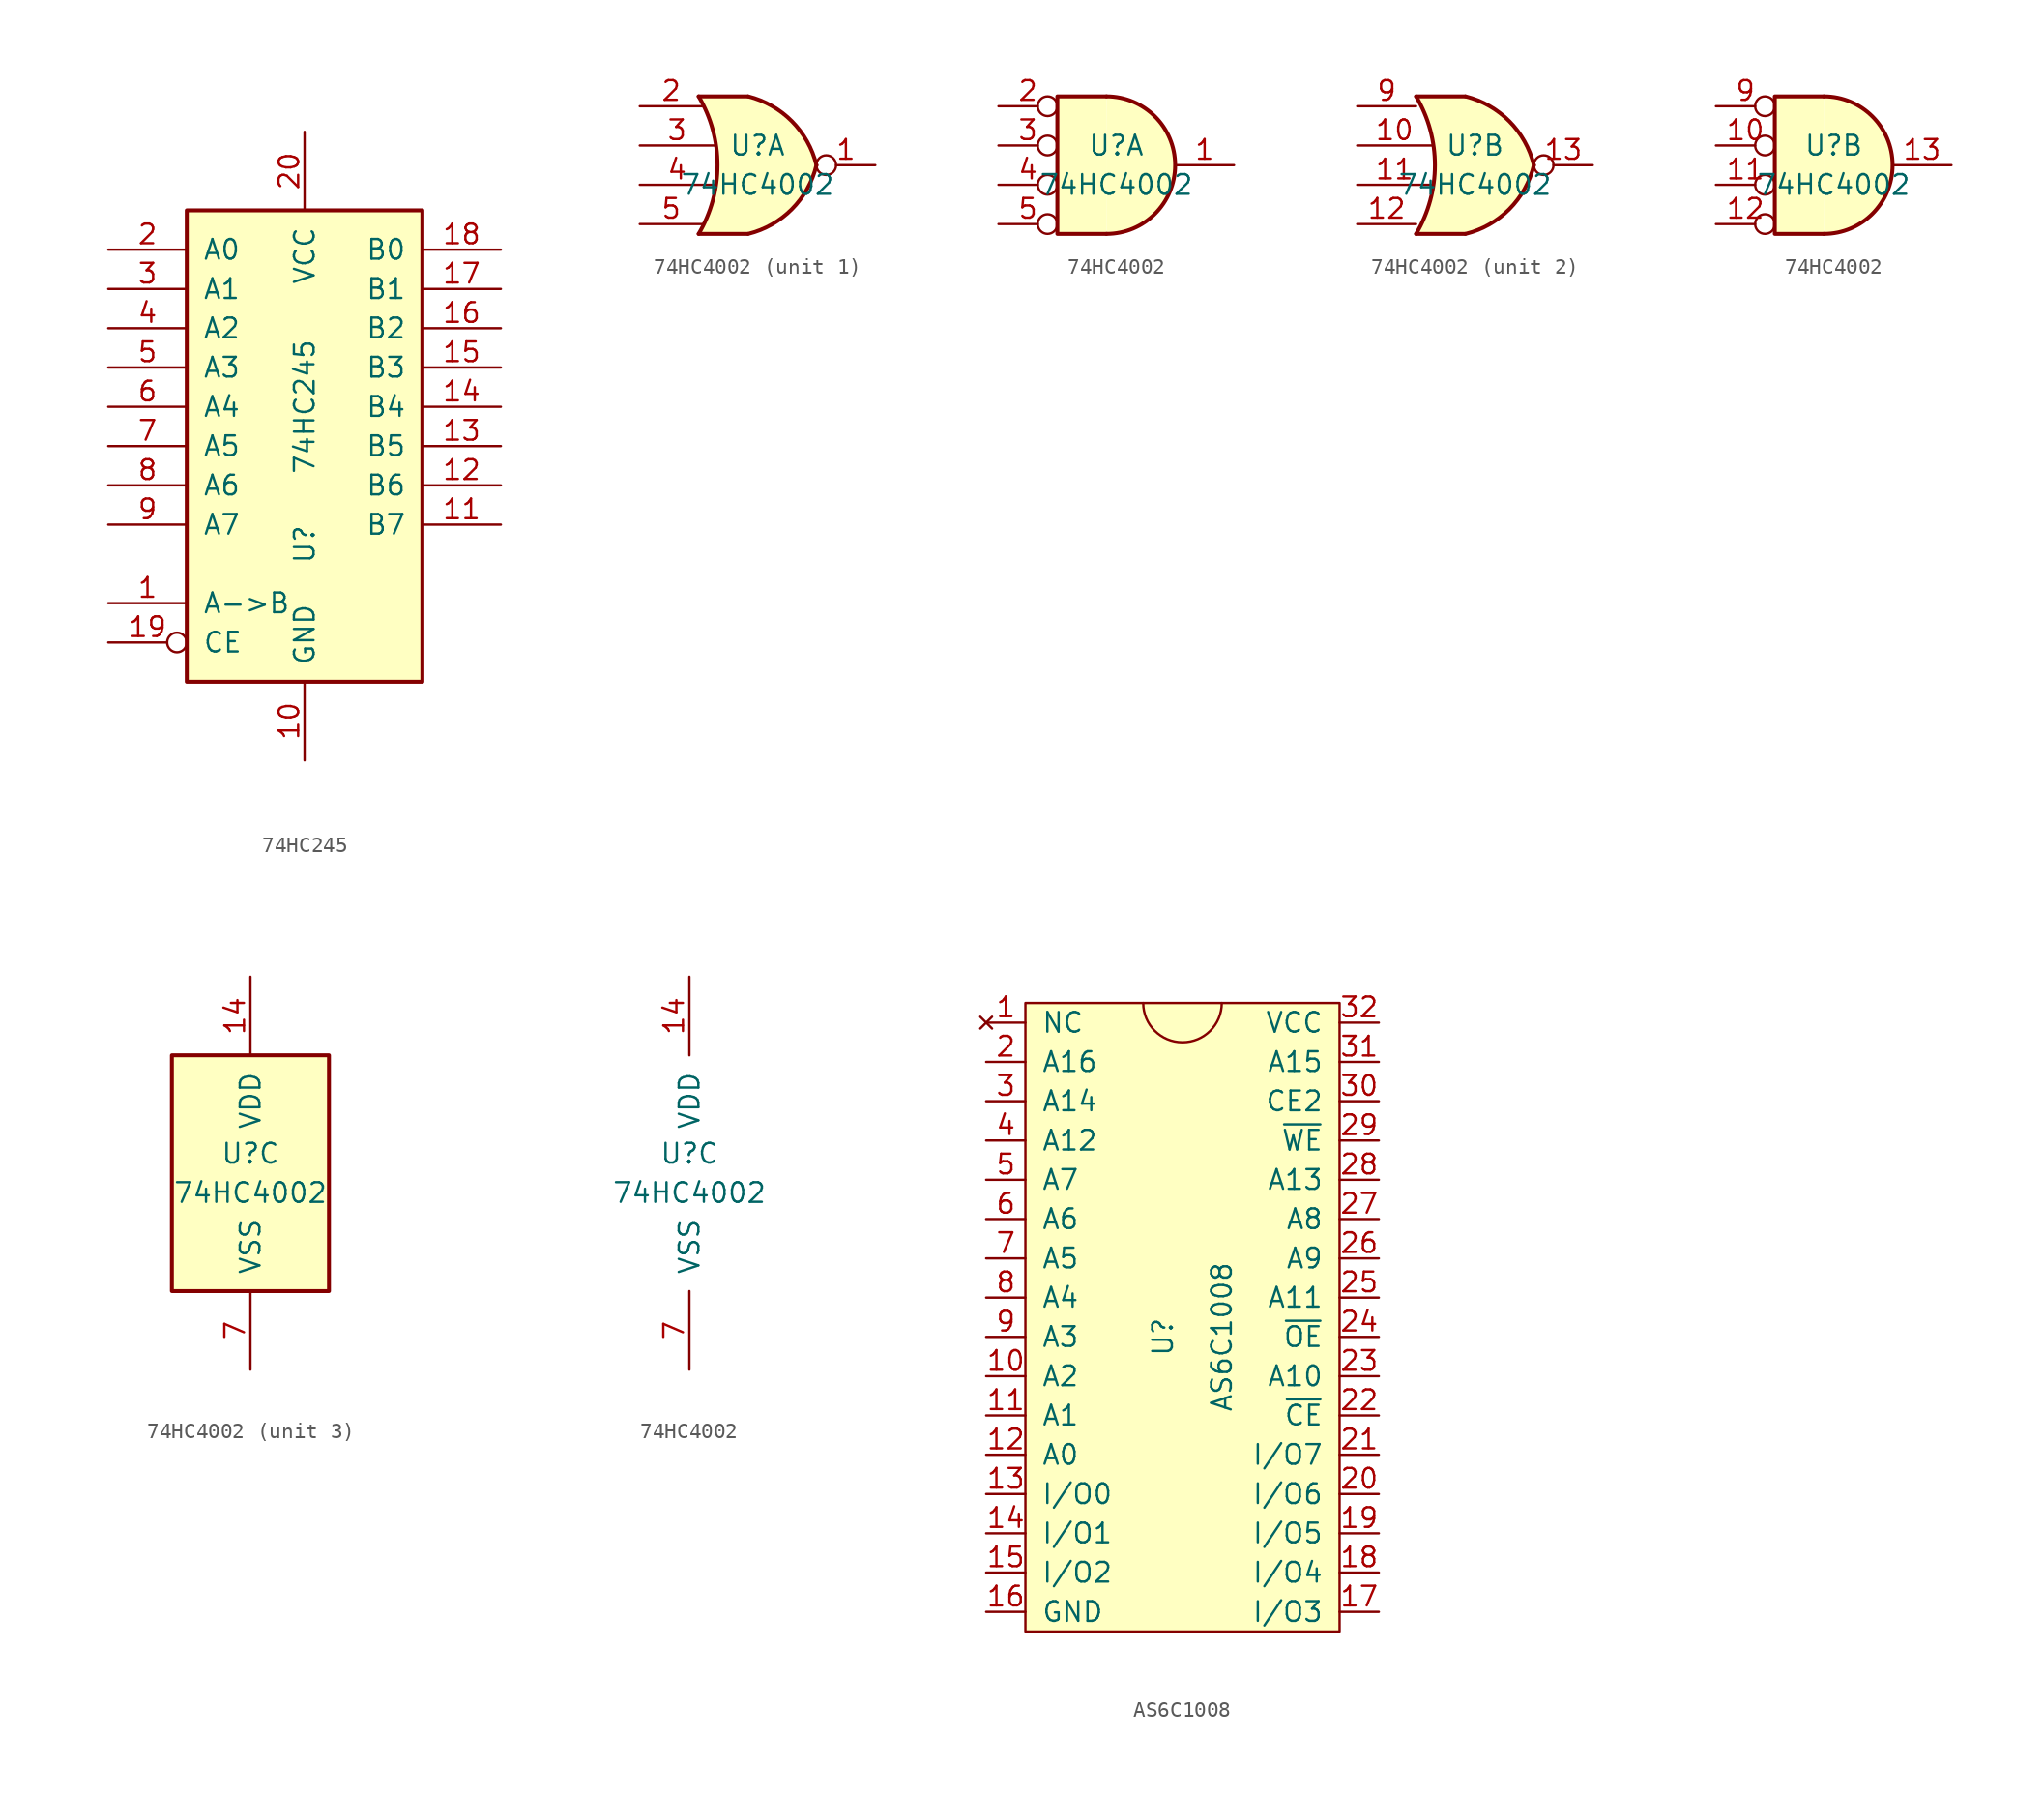
<source format=kicad_sym>
(kicad_symbol_lib
  (version 20211014)
  (generator kicad_symbol_editor)
  (symbol "74HC245"
    (pin_names
      (offset 1.016))
    (property "Reference" "U"
      (at 0 -6.35 90)
      (effects (font (size 1.27 1.27))))
    (property "Value" "74HC245"
      (at 0 2.54 90)
      (effects (font (size 1.27 1.27))))
    (property "ki_locked" ""
      (at 0 0 0)
      (effects (font (size 1.27 1.27))))
    (symbol "74HC245_1_0"
      (pin input line (at -12.7 -10.16 0) (length 5.08) (name "A->B" (effects (font (size 1.27 1.27)))) (number "1" (effects (font (size 1.27 1.27)))))
      (pin power_in line (at 0 -20.32 90) (length 5.08) (name "GND" (effects (font (size 1.27 1.27)))) (number "10" (effects (font (size 1.27 1.27)))))
      (pin input line (at 12.7 -5.08 180) (length 5.08) (name "B7" (effects (font (size 1.27 1.27)))) (number "11" (effects (font (size 1.27 1.27)))))
      (pin input line (at 12.7 -2.54 180) (length 5.08) (name "B6" (effects (font (size 1.27 1.27)))) (number "12" (effects (font (size 1.27 1.27)))))
      (pin input line (at 12.7 0 180) (length 5.08) (name "B5" (effects (font (size 1.27 1.27)))) (number "13" (effects (font (size 1.27 1.27)))))
      (pin input line (at 12.7 2.54 180) (length 5.08) (name "B4" (effects (font (size 1.27 1.27)))) (number "14" (effects (font (size 1.27 1.27)))))
      (pin input line (at 12.7 5.08 180) (length 5.08) (name "B3" (effects (font (size 1.27 1.27)))) (number "15" (effects (font (size 1.27 1.27)))))
      (pin input line (at 12.7 7.62 180) (length 5.08) (name "B2" (effects (font (size 1.27 1.27)))) (number "16" (effects (font (size 1.27 1.27)))))
      (pin input line (at 12.7 10.16 180) (length 5.08) (name "B1" (effects (font (size 1.27 1.27)))) (number "17" (effects (font (size 1.27 1.27)))))
      (pin input line (at 12.7 12.7 180) (length 5.08) (name "B0" (effects (font (size 1.27 1.27)))) (number "18" (effects (font (size 1.27 1.27)))))
      (pin input inverted (at -12.7 -12.7 0) (length 5.08) (name "CE" (effects (font (size 1.27 1.27)))) (number "19" (effects (font (size 1.27 1.27)))))
      (pin tri_state line (at -12.7 12.7 0) (length 5.08) (name "A0" (effects (font (size 1.27 1.27)))) (number "2" (effects (font (size 1.27 1.27)))))
      (pin power_in line (at 0 20.32 270) (length 5.08) (name "VCC" (effects (font (size 1.27 1.27)))) (number "20" (effects (font (size 1.27 1.27)))))
      (pin tri_state line (at -12.7 10.16 0) (length 5.08) (name "A1" (effects (font (size 1.27 1.27)))) (number "3" (effects (font (size 1.27 1.27)))))
      (pin tri_state line (at -12.7 7.62 0) (length 5.08) (name "A2" (effects (font (size 1.27 1.27)))) (number "4" (effects (font (size 1.27 1.27)))))
      (pin tri_state line (at -12.7 5.08 0) (length 5.08) (name "A3" (effects (font (size 1.27 1.27)))) (number "5" (effects (font (size 1.27 1.27)))))
      (pin tri_state line (at -12.7 2.54 0) (length 5.08) (name "A4" (effects (font (size 1.27 1.27)))) (number "6" (effects (font (size 1.27 1.27)))))
      (pin tri_state line (at -12.7 0 0) (length 5.08) (name "A5" (effects (font (size 1.27 1.27)))) (number "7" (effects (font (size 1.27 1.27)))))
      (pin tri_state line (at -12.7 -2.54 0) (length 5.08) (name "A6" (effects (font (size 1.27 1.27)))) (number "8" (effects (font (size 1.27 1.27)))))
      (pin tri_state line (at -12.7 -5.08 0) (length 5.08) (name "A7" (effects (font (size 1.27 1.27)))) (number "9" (effects (font (size 1.27 1.27))))))
    (symbol "74HC245_1_1"
      (rectangle (start -7.62 15.24) (end 7.62 -15.24) (stroke (width 0.254) (type default) (color 0 0 0 0)) (fill (type background)))))
  (symbol "74HC4002"
    (pin_names
      (offset 1.016))
    (property "Reference" "U"
      (at 0 1.27 0)
      (effects (font (size 1.27 1.27))))
    (property "Value" "74HC4002"
      (at 0 -1.27 0)
      (effects (font (size 1.27 1.27))))
    (property "ki_locked" ""
      (at 0 0 0)
      (effects (font (size 1.27 1.27))))
    (symbol "74HC4002_1_1"
      (arc (start -3.81 -4.445) (mid -2.5908 0) (end -3.81 4.445) (stroke (width 0.254) (type default) (color 0 0 0 0)) (fill (type none)))
      (arc (start -0.6096 -4.445) (mid 2.2246 -2.8422) (end 3.81 0) (stroke (width 0.254) (type default) (color 0 0 0 0)) (fill (type background)))
      (polyline (pts (xy -3.81 -4.445) (xy -0.635 -4.445)) (stroke (width 0.254) (type default) (color 0 0 0 0)) (fill (type background)))
      (polyline (pts (xy -3.81 4.445) (xy -0.635 4.445)) (stroke (width 0.254) (type default) (color 0 0 0 0)) (fill (type background)))
      (polyline (pts (xy -0.635 4.445) (xy -3.81 4.445) (xy -3.81 4.445) (xy -3.632 4.089) (xy -3.099 2.921) (xy -2.769 1.676) (xy -2.616 0.432) (xy -2.642 -0.864) (xy -2.87 -2.108) (xy -3.251 -3.327) (xy -3.81 -4.445) (xy -3.81 -4.445) (xy -0.635 -4.445)) (stroke (width -25.4) (type default) (color 0 0 0 0)) (fill (type background)))
      (arc (start 3.81 0) (mid 2.2204 2.8379) (end -0.6096 4.445) (stroke (width 0.254) (type default) (color 0 0 0 0)) (fill (type background)))
      (pin output inverted (at 7.62 0 180) (length 3.81) (name "~" (effects (font (size 1.27 1.27)))) (number "1" (effects (font (size 1.27 1.27)))))
      (pin input line (at -7.62 3.81 0) (length 4.064) (name "~" (effects (font (size 1.27 1.27)))) (number "2" (effects (font (size 1.27 1.27)))))
      (pin input line (at -7.62 1.27 0) (length 4.826) (name "~" (effects (font (size 1.27 1.27)))) (number "3" (effects (font (size 1.27 1.27)))))
      (pin input line (at -7.62 -1.27 0) (length 4.826) (name "~" (effects (font (size 1.27 1.27)))) (number "4" (effects (font (size 1.27 1.27)))))
      (pin input line (at -7.62 -3.81 0) (length 4.064) (name "~" (effects (font (size 1.27 1.27)))) (number "5" (effects (font (size 1.27 1.27))))))
    (symbol "74HC4002_1_2"
      (arc (start -0.635 -4.445) (mid 3.81 0) (end -0.635 4.445) (stroke (width 0.254) (type default) (color 0 0 0 0)) (fill (type background)))
      (polyline (pts (xy -0.635 4.445) (xy -3.81 4.445) (xy -3.81 -4.445) (xy -0.635 -4.445)) (stroke (width 0.254) (type default) (color 0 0 0 0)) (fill (type background)))
      (pin output line (at 7.62 0 180) (length 3.81) (name "~" (effects (font (size 1.27 1.27)))) (number "1" (effects (font (size 1.27 1.27)))))
      (pin input inverted (at -7.62 3.81 0) (length 3.81) (name "~" (effects (font (size 1.27 1.27)))) (number "2" (effects (font (size 1.27 1.27)))))
      (pin input inverted (at -7.62 1.27 0) (length 3.81) (name "~" (effects (font (size 1.27 1.27)))) (number "3" (effects (font (size 1.27 1.27)))))
      (pin input inverted (at -7.62 -1.27 0) (length 3.81) (name "~" (effects (font (size 1.27 1.27)))) (number "4" (effects (font (size 1.27 1.27)))))
      (pin input inverted (at -7.62 -3.81 0) (length 3.81) (name "~" (effects (font (size 1.27 1.27)))) (number "5" (effects (font (size 1.27 1.27))))))
    (symbol "74HC4002_2_1"
      (arc (start -3.81 -4.445) (mid -2.5908 0) (end -3.81 4.445) (stroke (width 0.254) (type default) (color 0 0 0 0)) (fill (type none)))
      (arc (start -0.6096 -4.445) (mid 2.2246 -2.8422) (end 3.81 0) (stroke (width 0.254) (type default) (color 0 0 0 0)) (fill (type background)))
      (polyline (pts (xy -3.81 -4.445) (xy -0.635 -4.445)) (stroke (width 0.254) (type default) (color 0 0 0 0)) (fill (type background)))
      (polyline (pts (xy -3.81 4.445) (xy -0.635 4.445)) (stroke (width 0.254) (type default) (color 0 0 0 0)) (fill (type background)))
      (polyline (pts (xy -0.635 4.445) (xy -3.81 4.445) (xy -3.81 4.445) (xy -3.632 4.089) (xy -3.099 2.921) (xy -2.769 1.676) (xy -2.616 0.432) (xy -2.642 -0.864) (xy -2.87 -2.108) (xy -3.251 -3.327) (xy -3.81 -4.445) (xy -3.81 -4.445) (xy -0.635 -4.445)) (stroke (width -25.4) (type default) (color 0 0 0 0)) (fill (type background)))
      (arc (start 3.81 0) (mid 2.2204 2.8379) (end -0.6096 4.445) (stroke (width 0.254) (type default) (color 0 0 0 0)) (fill (type background)))
      (pin input line (at -7.62 1.27 0) (length 4.826) (name "~" (effects (font (size 1.27 1.27)))) (number "10" (effects (font (size 1.27 1.27)))))
      (pin input line (at -7.62 -1.27 0) (length 4.826) (name "~" (effects (font (size 1.27 1.27)))) (number "11" (effects (font (size 1.27 1.27)))))
      (pin input line (at -7.62 -3.81 0) (length 3.81) (name "~" (effects (font (size 1.27 1.27)))) (number "12" (effects (font (size 1.27 1.27)))))
      (pin output inverted (at 7.62 0 180) (length 3.81) (name "~" (effects (font (size 1.27 1.27)))) (number "13" (effects (font (size 1.27 1.27)))))
      (pin input line (at -7.62 3.81 0) (length 3.81) (name "~" (effects (font (size 1.27 1.27)))) (number "9" (effects (font (size 1.27 1.27))))))
    (symbol "74HC4002_2_2"
      (arc (start -0.635 -4.445) (mid 3.81 0) (end -0.635 4.445) (stroke (width 0.254) (type default) (color 0 0 0 0)) (fill (type background)))
      (polyline (pts (xy -0.635 4.445) (xy -3.81 4.445) (xy -3.81 -4.445) (xy -0.635 -4.445)) (stroke (width 0.254) (type default) (color 0 0 0 0)) (fill (type background)))
      (pin input inverted (at -7.62 1.27 0) (length 3.81) (name "~" (effects (font (size 1.27 1.27)))) (number "10" (effects (font (size 1.27 1.27)))))
      (pin input inverted (at -7.62 -1.27 0) (length 3.81) (name "~" (effects (font (size 1.27 1.27)))) (number "11" (effects (font (size 1.27 1.27)))))
      (pin input inverted (at -7.62 -3.81 0) (length 3.81) (name "~" (effects (font (size 1.27 1.27)))) (number "12" (effects (font (size 1.27 1.27)))))
      (pin output line (at 7.62 0 180) (length 3.81) (name "~" (effects (font (size 1.27 1.27)))) (number "13" (effects (font (size 1.27 1.27)))))
      (pin input inverted (at -7.62 3.81 0) (length 3.81) (name "~" (effects (font (size 1.27 1.27)))) (number "9" (effects (font (size 1.27 1.27))))))
    (symbol "74HC4002_3_0"
      (pin power_in line (at 0 12.7 270) (length 5.08) (name "VDD" (effects (font (size 1.27 1.27)))) (number "14" (effects (font (size 1.27 1.27)))))
      (pin no_connect line (at 10.16 0 180) (length 5.08) hide (name "~" (effects (font (size 1.27 1.27)))) (number "6" (effects (font (size 1.27 1.27)))))
      (pin power_in line (at 0 -12.7 90) (length 5.08) (name "VSS" (effects (font (size 1.27 1.27)))) (number "7" (effects (font (size 1.27 1.27)))))
      (pin no_connect line (at -10.16 0 0) (length 5.08) hide (name "~" (effects (font (size 1.27 1.27)))) (number "8" (effects (font (size 1.27 1.27))))))
    (symbol "74HC4002_3_1"
      (rectangle (start -5.08 7.62) (end 5.08 -7.62) (stroke (width 0.254) (type default) (color 0 0 0 0)) (fill (type background)))))
  (symbol "AS6C1008"
    (pin_names
      (offset 1.016))
    (property "Reference" "U"
      (at -1.27 2.54 90)
      (effects (font (size 1.27 1.27))))
    (property "Value" "AS6C1008"
      (at 2.54 2.54 90)
      (effects (font (size 1.27 1.27))))
    (symbol "AS6C1008_0_1"
      (rectangle (start -10.16 24.13) (end 10.16 -16.51) (stroke (width 0) (type default) (color 0 0 0 0)) (fill (type background)))
      (arc (start -2.54 24.13) (mid 0 21.59) (end 2.54 24.13) (stroke (width 0) (type default) (color 0 0 0 0)) (fill (type none))))
    (symbol "AS6C1008_1_1"
      (pin no_connect line (at -12.7 22.86 0) (length 2.54) (name "NC" (effects (font (size 1.27 1.27)))) (number "1" (effects (font (size 1.27 1.27)))))
      (pin input line (at -12.7 0 0) (length 2.54) (name "A2" (effects (font (size 1.27 1.27)))) (number "10" (effects (font (size 1.27 1.27)))))
      (pin input line (at -12.7 -2.54 0) (length 2.54) (name "A1" (effects (font (size 1.27 1.27)))) (number "11" (effects (font (size 1.27 1.27)))))
      (pin input line (at -12.7 -5.08 0) (length 2.54) (name "A0" (effects (font (size 1.27 1.27)))) (number "12" (effects (font (size 1.27 1.27)))))
      (pin bidirectional line (at -12.7 -7.62 0) (length 2.54) (name "I/O0" (effects (font (size 1.27 1.27)))) (number "13" (effects (font (size 1.27 1.27)))))
      (pin bidirectional line (at -12.7 -10.16 0) (length 2.54) (name "I/O1" (effects (font (size 1.27 1.27)))) (number "14" (effects (font (size 1.27 1.27)))))
      (pin bidirectional line (at -12.7 -12.7 0) (length 2.54) (name "I/O2" (effects (font (size 1.27 1.27)))) (number "15" (effects (font (size 1.27 1.27)))))
      (pin power_in line (at -12.7 -15.24 0) (length 2.54) (name "GND" (effects (font (size 1.27 1.27)))) (number "16" (effects (font (size 1.27 1.27)))))
      (pin bidirectional line (at 12.7 -15.24 180) (length 2.54) (name "I/O3" (effects (font (size 1.27 1.27)))) (number "17" (effects (font (size 1.27 1.27)))))
      (pin bidirectional line (at 12.7 -12.7 180) (length 2.54) (name "I/O4" (effects (font (size 1.27 1.27)))) (number "18" (effects (font (size 1.27 1.27)))))
      (pin bidirectional line (at 12.7 -10.16 180) (length 2.54) (name "I/O5" (effects (font (size 1.27 1.27)))) (number "19" (effects (font (size 1.27 1.27)))))
      (pin input line (at -12.7 20.32 0) (length 2.54) (name "A16" (effects (font (size 1.27 1.27)))) (number "2" (effects (font (size 1.27 1.27)))))
      (pin bidirectional line (at 12.7 -7.62 180) (length 2.54) (name "I/O6" (effects (font (size 1.27 1.27)))) (number "20" (effects (font (size 1.27 1.27)))))
      (pin bidirectional line (at 12.7 -5.08 180) (length 2.54) (name "I/O7" (effects (font (size 1.27 1.27)))) (number "21" (effects (font (size 1.27 1.27)))))
      (pin input line (at 12.7 -2.54 180) (length 2.54) (name "~{CE}" (effects (font (size 1.27 1.27)))) (number "22" (effects (font (size 1.27 1.27)))))
      (pin input line (at 12.7 0 180) (length 2.54) (name "A10" (effects (font (size 1.27 1.27)))) (number "23" (effects (font (size 1.27 1.27)))))
      (pin input line (at 12.7 2.54 180) (length 2.54) (name "~{OE}" (effects (font (size 1.27 1.27)))) (number "24" (effects (font (size 1.27 1.27)))))
      (pin input line (at 12.7 5.08 180) (length 2.54) (name "A11" (effects (font (size 1.27 1.27)))) (number "25" (effects (font (size 1.27 1.27)))))
      (pin input line (at 12.7 7.62 180) (length 2.54) (name "A9" (effects (font (size 1.27 1.27)))) (number "26" (effects (font (size 1.27 1.27)))))
      (pin input line (at 12.7 10.16 180) (length 2.54) (name "A8" (effects (font (size 1.27 1.27)))) (number "27" (effects (font (size 1.27 1.27)))))
      (pin input line (at 12.7 12.7 180) (length 2.54) (name "A13" (effects (font (size 1.27 1.27)))) (number "28" (effects (font (size 1.27 1.27)))))
      (pin input line (at 12.7 15.24 180) (length 2.54) (name "~{WE}" (effects (font (size 1.27 1.27)))) (number "29" (effects (font (size 1.27 1.27)))))
      (pin input line (at -12.7 17.78 0) (length 2.54) (name "A14" (effects (font (size 1.27 1.27)))) (number "3" (effects (font (size 1.27 1.27)))))
      (pin input line (at 12.7 17.78 180) (length 2.54) (name "CE2" (effects (font (size 1.27 1.27)))) (number "30" (effects (font (size 1.27 1.27)))))
      (pin input line (at 12.7 20.32 180) (length 2.54) (name "A15" (effects (font (size 1.27 1.27)))) (number "31" (effects (font (size 1.27 1.27)))))
      (pin power_in line (at 12.7 22.86 180) (length 2.54) (name "VCC" (effects (font (size 1.27 1.27)))) (number "32" (effects (font (size 1.27 1.27)))))
      (pin input line (at -12.7 15.24 0) (length 2.54) (name "A12" (effects (font (size 1.27 1.27)))) (number "4" (effects (font (size 1.27 1.27)))))
      (pin input line (at -12.7 12.7 0) (length 2.54) (name "A7" (effects (font (size 1.27 1.27)))) (number "5" (effects (font (size 1.27 1.27)))))
      (pin input line (at -12.7 10.16 0) (length 2.54) (name "A6" (effects (font (size 1.27 1.27)))) (number "6" (effects (font (size 1.27 1.27)))))
      (pin input line (at -12.7 7.62 0) (length 2.54) (name "A5" (effects (font (size 1.27 1.27)))) (number "7" (effects (font (size 1.27 1.27)))))
      (pin input line (at -12.7 5.08 0) (length 2.54) (name "A4" (effects (font (size 1.27 1.27)))) (number "8" (effects (font (size 1.27 1.27)))))
      (pin input line (at -12.7 2.54 0) (length 2.54) (name "A3" (effects (font (size 1.27 1.27)))) (number "9" (effects (font (size 1.27 1.27))))))))
</source>
